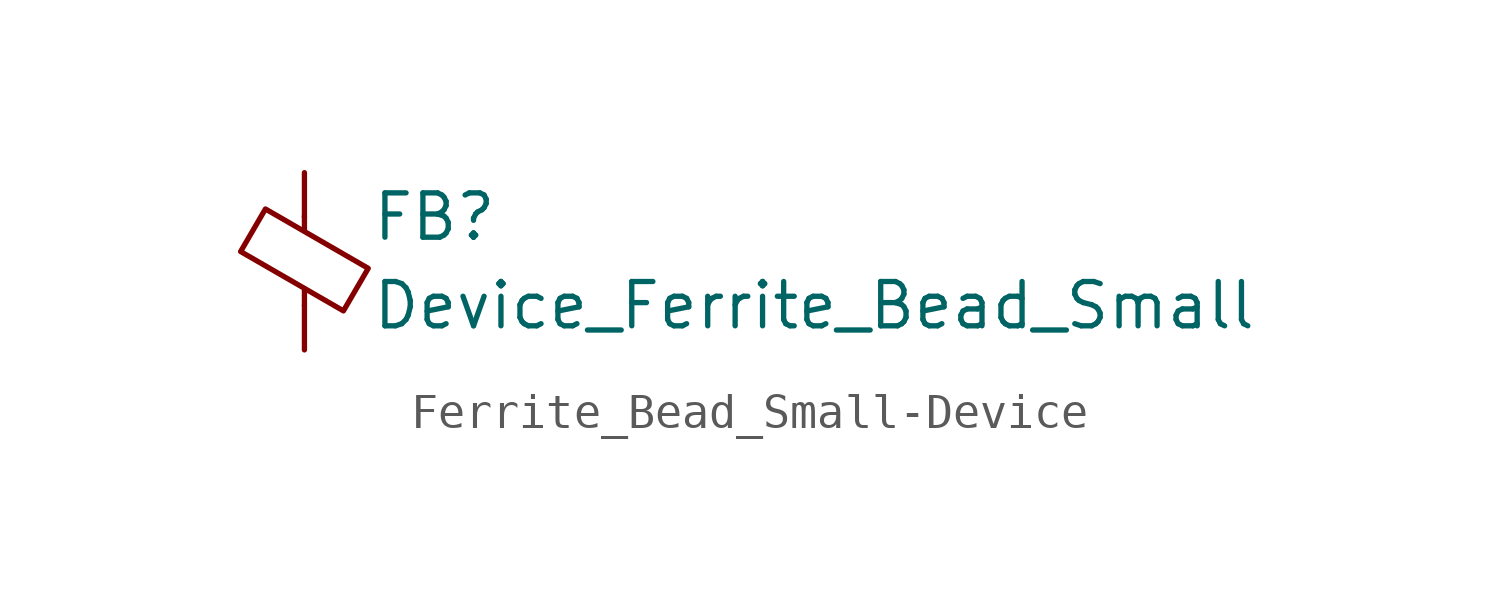
<source format=kicad_sym>
(kicad_symbol_lib
  (version 20220914)
  (generator kicad_symbol_editor)
  (symbol "Ferrite_Bead_Small-Device"
    (pin_numbers hide)
    (pin_names
      (offset 0))
    (property "Reference" "FB"
      (at 1.905 1.27 0)
      (effects (font (size 1.27 1.27)) (justify left)))
    (property "Value" "Device_Ferrite_Bead_Small"
      (at 1.905 -1.27 0)
      (effects (font (size 1.27 1.27)) (justify left)))
    (symbol "Ferrite_Bead_Small-Device_0_1"
      (polyline (pts (xy 0 -1.27) (xy 0 -0.787)) (stroke (width 0) (type solid)) (fill (type none)))
      (polyline (pts (xy 0 0.889) (xy 0 1.295)) (stroke (width 0) (type solid)) (fill (type none)))
      (polyline (pts (xy -1.829 0.279) (xy -1.118 1.499) (xy 1.829 -0.203) (xy 1.118 -1.422) (xy -1.829 0.279)) (stroke (width 0) (type solid)) (fill (type none))))
    (symbol "Ferrite_Bead_Small-Device_1_1"
      (pin passive line (at 0 2.54 270) (length 1.27) (name "~" (effects (font (size 1.27 1.27)))) (number "1" (effects (font (size 1.27 1.27)))))
      (pin passive line (at 0 -2.54 90) (length 1.27) (name "~" (effects (font (size 1.27 1.27)))) (number "2" (effects (font (size 1.27 1.27))))))))
</source>
